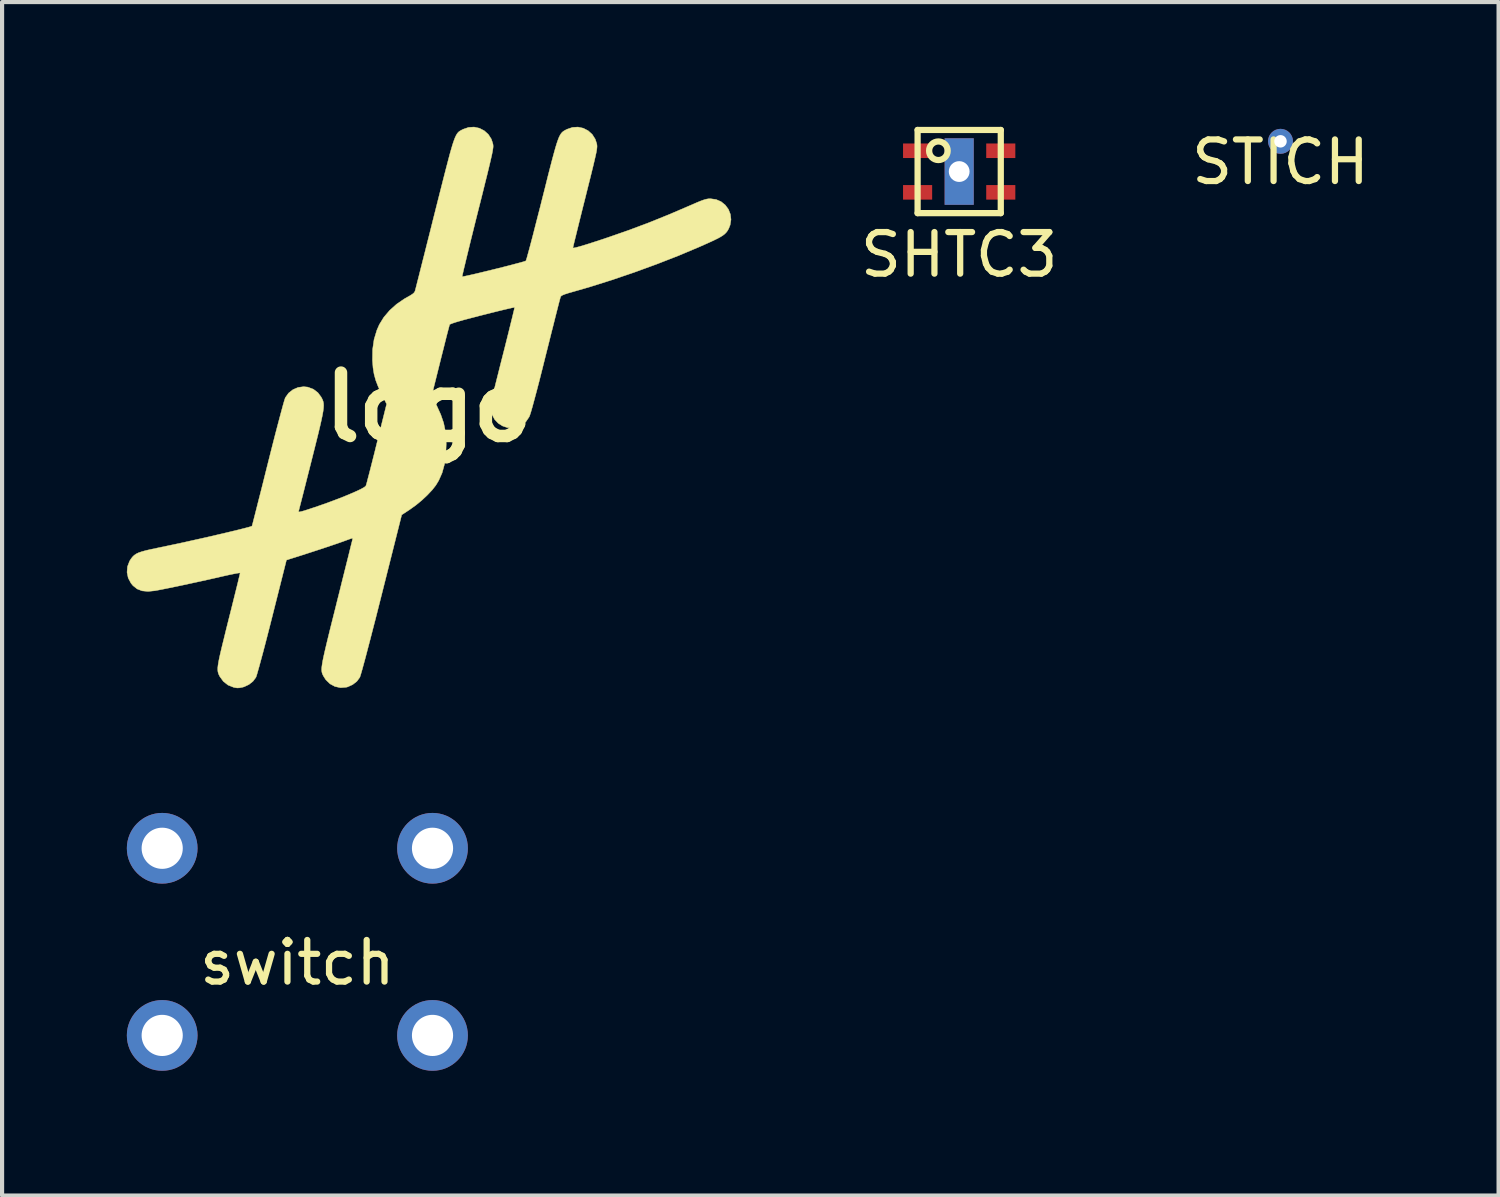
<source format=kicad_pcb>
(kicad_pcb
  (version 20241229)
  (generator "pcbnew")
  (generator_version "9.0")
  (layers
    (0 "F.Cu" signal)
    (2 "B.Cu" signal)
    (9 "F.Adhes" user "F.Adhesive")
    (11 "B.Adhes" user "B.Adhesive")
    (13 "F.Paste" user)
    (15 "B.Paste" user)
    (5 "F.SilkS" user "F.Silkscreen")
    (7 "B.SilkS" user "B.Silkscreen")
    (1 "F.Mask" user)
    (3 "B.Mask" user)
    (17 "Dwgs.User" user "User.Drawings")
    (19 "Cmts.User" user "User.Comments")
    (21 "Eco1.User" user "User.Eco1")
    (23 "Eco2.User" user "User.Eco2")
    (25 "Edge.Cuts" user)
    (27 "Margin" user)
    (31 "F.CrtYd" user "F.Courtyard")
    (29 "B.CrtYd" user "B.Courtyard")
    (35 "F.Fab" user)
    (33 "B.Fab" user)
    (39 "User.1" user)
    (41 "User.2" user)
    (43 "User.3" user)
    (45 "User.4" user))
  (footprint "switch"
    (layer "F.Cu")
    (at 4.1 19.597)
    (property "Reference" "switch" (at 0 0.5 0) (layer "F.SilkS") (effects (font (size 1 1) (thickness 0.15))))
    (attr through_hole)
    (pad "1" thru_hole circle (at -3.25 -2.25) (size 1.7 1.7) (drill 0.99) (layers "*.Cu" "*.Mask"))
    (pad "1" thru_hole circle (at 3.25 -2.25) (size 1.7 1.7) (drill 0.99) (layers "*.Cu" "*.Mask"))
    (pad "2" thru_hole circle (at -3.25 2.25) (size 1.7 1.7) (drill 0.99) (layers "*.Cu" "*.Mask"))
    (pad "2" thru_hole circle (at 3.25 2.25) (size 1.7 1.7) (drill 0.99) (layers "*.Cu" "*.Mask")))
  (footprint "SHTC3"
    (layer "F.Cu")
    (at 20.014 1.075)
    (property "Reference" "SHTC3" (at 0 2 0) (layer "F.SilkS") (effects (font (size 1 1) (thickness 0.15))))
    (attr through_hole)
    (fp_line (start -1 -1) (end 1 -1) (stroke (width 0.15) (type solid)) (layer "F.SilkS"))
    (fp_line (start -1 1) (end -1 -1) (stroke (width 0.15) (type solid)) (layer "F.SilkS"))
    (fp_line (start 1 -1) (end 1 1) (stroke (width 0.15) (type solid)) (layer "F.SilkS"))
    (fp_line (start 1 1) (end -1 1) (stroke (width 0.15) (type solid)) (layer "F.SilkS"))
    (fp_circle (center -0.5 -0.5) (end -0.3 -0.4) (stroke (width 0.15) (type solid)) (fill no) (layer "F.SilkS"))
    (pad "1" smd rect (at -1 -0.5) (size 0.7 0.35) (layers "F.Cu" "F.Mask" "F.Paste"))
    (pad "2" smd rect (at -1 0.5) (size 0.7 0.35) (layers "F.Cu" "F.Mask" "F.Paste"))
    (pad "3" smd rect (at 1 0.5) (size 0.7 0.35) (layers "F.Cu" "F.Mask" "F.Paste"))
    (pad "4" thru_hole rect (at 0 0) (size 0.7 1.6) (drill 0.5) (layers "*.Cu" "*.Mask"))
    (pad "4" smd rect (at 1 -0.5) (size 0.7 0.35) (layers "F.Cu" "F.Mask" "F.Paste")))
  (footprint "logo"
    (layer "F.Cu")
    (at 7.254 6.744)
    (property "Reference" "logo" (at 0 0 0) (layer "F.SilkS") (effects (font (size 1.524 1.524) (thickness 0.3))))
    (attr through_hole)
    (fp_poly (pts (xy 3.722 -6.711) (xy 3.838 -6.651) (xy 3.936 -6.563) (xy 4.008 -6.449) (xy 4.043 -6.345) (xy 4.048 -6.321) (xy 4.051 -6.296) (xy 4.052 -6.267) (xy 4.049 -6.231) (xy 4.043 -6.184) (xy 4.032 -6.123) (xy 4.015 -6.045) (xy 3.992 -5.945) (xy 3.963 -5.822) (xy 3.926 -5.67) (xy 3.881 -5.488) (xy 3.826 -5.27) (xy 3.77 -5.044) (xy 3.715 -4.826) (xy 3.664 -4.621) (xy 3.617 -4.432) (xy 3.575 -4.262) (xy 3.539 -4.115) (xy 3.509 -3.995) (xy 3.488 -3.906) (xy 3.475 -3.851) (xy 3.471 -3.834) (xy 3.49 -3.831) (xy 3.548 -3.843) (xy 3.643 -3.869) (xy 3.778 -3.909) (xy 3.951 -3.964) (xy 4.163 -4.033) (xy 4.329 -4.089) (xy 4.814 -4.258) (xy 5.297 -4.439) (xy 5.789 -4.638) (xy 6.302 -4.858) (xy 6.321 -4.866) (xy 6.451 -4.923) (xy 6.551 -4.964) (xy 6.627 -4.991) (xy 6.687 -5.007) (xy 6.738 -5.015) (xy 6.777 -5.016) (xy 6.915 -4.997) (xy 7.035 -4.945) (xy 7.135 -4.864) (xy 7.211 -4.761) (xy 7.258 -4.642) (xy 7.273 -4.514) (xy 7.252 -4.383) (xy 7.218 -4.297) (xy 7.191 -4.249) (xy 7.161 -4.208) (xy 7.123 -4.169) (xy 7.073 -4.13) (xy 7.006 -4.089) (xy 6.917 -4.043) (xy 6.802 -3.988) (xy 6.657 -3.923) (xy 6.509 -3.857) (xy 6.013 -3.648) (xy 5.487 -3.443) (xy 4.945 -3.245) (xy 4.4 -3.06) (xy 3.864 -2.891) (xy 3.485 -2.782) (xy 3.366 -2.748) (xy 3.282 -2.721) (xy 3.227 -2.699) (xy 3.193 -2.679) (xy 3.176 -2.659) (xy 3.174 -2.653) (xy 3.166 -2.625) (xy 3.148 -2.559) (xy 3.122 -2.459) (xy 3.089 -2.329) (xy 3.049 -2.172) (xy 3.004 -1.991) (xy 2.953 -1.791) (xy 2.899 -1.574) (xy 2.841 -1.344) (xy 2.816 -1.245) (xy 2.735 -0.92) (xy 2.663 -0.635) (xy 2.599 -0.39) (xy 2.544 -0.184) (xy 2.499 -0.018) (xy 2.463 0.107) (xy 2.436 0.191) (xy 2.42 0.23) (xy 2.342 0.345) (xy 2.244 0.427) (xy 2.133 0.478) (xy 2.015 0.497) (xy 1.895 0.488) (xy 1.78 0.449) (xy 1.676 0.383) (xy 1.589 0.291) (xy 1.526 0.173) (xy 1.5 0.083) (xy 1.496 0.058) (xy 1.493 0.032) (xy 1.493 0.002) (xy 1.496 -0.036) (xy 1.503 -0.084) (xy 1.514 -0.146) (xy 1.532 -0.227) (xy 1.555 -0.328) (xy 1.586 -0.454) (xy 1.624 -0.608) (xy 1.671 -0.794) (xy 1.726 -1.014) (xy 1.777 -1.214) (xy 1.832 -1.43) (xy 1.883 -1.634) (xy 1.93 -1.822) (xy 1.971 -1.989) (xy 2.007 -2.134) (xy 2.035 -2.251) (xy 2.056 -2.337) (xy 2.067 -2.389) (xy 2.07 -2.404) (xy 2.048 -2.401) (xy 1.991 -2.389) (xy 1.904 -2.369) (xy 1.794 -2.343) (xy 1.666 -2.312) (xy 1.526 -2.277) (xy 1.38 -2.24) (xy 1.233 -2.203) (xy 1.091 -2.166) (xy 0.961 -2.132) (xy 0.847 -2.102) (xy 0.755 -2.076) (xy 0.741 -2.072) (xy 0.65 -2.045) (xy 0.575 -2.02) (xy 0.525 -2) (xy 0.508 -1.99) (xy 0.501 -1.967) (xy 0.485 -1.906) (xy 0.46 -1.813) (xy 0.429 -1.693) (xy 0.393 -1.549) (xy 0.352 -1.385) (xy 0.307 -1.208) (xy 0.287 -1.127) (xy 0.076 -0.281) (xy 0.197 -0.04) (xy 0.294 0.174) (xy 0.363 0.374) (xy 0.404 0.573) (xy 0.423 0.784) (xy 0.425 0.889) (xy 0.415 1.148) (xy 0.382 1.376) (xy 0.326 1.578) (xy 0.245 1.76) (xy 0.175 1.876) (xy 0.087 1.988) (xy -0.028 2.11) (xy -0.161 2.235) (xy -0.303 2.352) (xy -0.445 2.454) (xy -0.45 2.458) (xy -0.645 2.586) (xy -1.125 4.494) (xy -1.201 4.795) (xy -1.273 5.08) (xy -1.342 5.346) (xy -1.405 5.591) (xy -1.463 5.812) (xy -1.514 6.007) (xy -1.559 6.173) (xy -1.596 6.308) (xy -1.625 6.408) (xy -1.645 6.472) (xy -1.653 6.494) (xy -1.724 6.59) (xy -1.825 6.668) (xy -1.944 6.722) (xy -1.979 6.731) (xy -2.117 6.742) (xy -2.25 6.713) (xy -2.369 6.649) (xy -2.469 6.552) (xy -2.527 6.461) (xy -2.542 6.432) (xy -2.554 6.403) (xy -2.563 6.373) (xy -2.568 6.338) (xy -2.57 6.296) (xy -2.566 6.243) (xy -2.557 6.177) (xy -2.543 6.094) (xy -2.522 5.992) (xy -2.494 5.867) (xy -2.459 5.718) (xy -2.416 5.54) (xy -2.365 5.331) (xy -2.304 5.088) (xy -2.234 4.809) (xy -2.203 4.683) (xy -2.141 4.437) (xy -2.083 4.202) (xy -2.028 3.982) (xy -1.978 3.782) (xy -1.933 3.603) (xy -1.895 3.448) (xy -1.864 3.322) (xy -1.84 3.228) (xy -1.826 3.168) (xy -1.82 3.145) (xy -1.82 3.145) (xy -1.838 3.148) (xy -1.887 3.164) (xy -1.956 3.189) (xy -1.983 3.199) (xy -2.054 3.225) (xy -2.159 3.262) (xy -2.29 3.307) (xy -2.442 3.358) (xy -2.607 3.413) (xy -2.779 3.469) (xy -2.951 3.525) (xy -3.116 3.578) (xy -3.227 3.613) (xy -3.416 3.672) (xy -3.76 5.038) (xy -3.82 5.275) (xy -3.878 5.501) (xy -3.933 5.714) (xy -3.984 5.908) (xy -4.031 6.081) (xy -4.071 6.229) (xy -4.105 6.348) (xy -4.13 6.435) (xy -4.147 6.485) (xy -4.151 6.494) (xy -4.221 6.588) (xy -4.319 6.666) (xy -4.434 6.72) (xy -4.469 6.73) (xy -4.544 6.745) (xy -4.6 6.748) (xy -4.658 6.739) (xy -4.688 6.732) (xy -4.821 6.679) (xy -4.933 6.591) (xy -5.019 6.473) (xy -5.025 6.461) (xy -5.042 6.427) (xy -5.055 6.393) (xy -5.064 6.357) (xy -5.068 6.316) (xy -5.068 6.264) (xy -5.061 6.2) (xy -5.048 6.119) (xy -5.028 6.018) (xy -5 5.894) (xy -4.964 5.742) (xy -4.919 5.56) (xy -4.866 5.343) (xy -4.807 5.107) (xy -4.754 4.897) (xy -4.705 4.7) (xy -4.66 4.519) (xy -4.62 4.358) (xy -4.586 4.221) (xy -4.56 4.111) (xy -4.541 4.033) (xy -4.531 3.99) (xy -4.53 3.983) (xy -4.549 3.982) (xy -4.604 3.99) (xy -4.688 4.006) (xy -4.795 4.028) (xy -4.92 4.056) (xy -4.969 4.067) (xy -5.143 4.107) (xy -5.333 4.15) (xy -5.534 4.194) (xy -5.737 4.238) (xy -5.936 4.281) (xy -6.124 4.32) (xy -6.294 4.355) (xy -6.439 4.384) (xy -6.551 4.405) (xy -6.577 4.41) (xy -6.745 4.427) (xy -6.888 4.413) (xy -7.007 4.367) (xy -7.106 4.288) (xy -7.154 4.23) (xy -7.221 4.104) (xy -7.249 3.968) (xy -7.239 3.831) (xy -7.189 3.699) (xy -7.154 3.644) (xy -7.118 3.597) (xy -7.079 3.559) (xy -7.032 3.526) (xy -6.973 3.497) (xy -6.894 3.47) (xy -6.792 3.442) (xy -6.661 3.412) (xy -6.494 3.377) (xy -6.44 3.366) (xy -6.264 3.329) (xy -6.074 3.289) (xy -5.874 3.246) (xy -5.669 3.2) (xy -5.462 3.154) (xy -5.258 3.108) (xy -5.062 3.062) (xy -4.877 3.019) (xy -4.707 2.978) (xy -4.558 2.942) (xy -4.432 2.91) (xy -4.336 2.885) (xy -4.272 2.866) (xy -4.245 2.855) (xy -4.245 2.855) (xy -4.239 2.834) (xy -4.223 2.774) (xy -4.199 2.681) (xy -4.167 2.556) (xy -4.128 2.402) (xy -4.083 2.224) (xy -4.032 2.025) (xy -3.977 1.807) (xy -3.919 1.574) (xy -3.864 1.355) (xy -3.802 1.108) (xy -3.742 0.872) (xy -3.685 0.649) (xy -3.631 0.443) (xy -3.582 0.258) (xy -3.539 0.097) (xy -3.503 -0.036) (xy -3.474 -0.138) (xy -3.453 -0.206) (xy -3.443 -0.233) (xy -3.365 -0.342) (xy -3.26 -0.425) (xy -3.137 -0.478) (xy -3.004 -0.496) (xy -2.904 -0.486) (xy -2.77 -0.436) (xy -2.661 -0.353) (xy -2.583 -0.249) (xy -2.562 -0.21) (xy -2.545 -0.174) (xy -2.532 -0.135) (xy -2.524 -0.092) (xy -2.522 -0.04) (xy -2.526 0.024) (xy -2.536 0.103) (xy -2.554 0.201) (xy -2.579 0.32) (xy -2.612 0.465) (xy -2.653 0.637) (xy -2.704 0.842) (xy -2.764 1.082) (xy -2.816 1.289) (xy -2.871 1.506) (xy -2.923 1.711) (xy -2.971 1.901) (xy -3.014 2.071) (xy -3.052 2.219) (xy -3.083 2.339) (xy -3.106 2.429) (xy -3.12 2.485) (xy -3.124 2.502) (xy -3.121 2.513) (xy -3.1 2.514) (xy -3.057 2.505) (xy -2.988 2.486) (xy -2.888 2.454) (xy -2.753 2.409) (xy -2.733 2.403) (xy -2.529 2.332) (xy -2.333 2.261) (xy -2.148 2.191) (xy -1.978 2.123) (xy -1.828 2.06) (xy -1.702 2.004) (xy -1.603 1.955) (xy -1.537 1.916) (xy -1.506 1.888) (xy -1.506 1.888) (xy -1.497 1.86) (xy -1.479 1.796) (xy -1.454 1.699) (xy -1.421 1.574) (xy -1.383 1.425) (xy -1.34 1.255) (xy -1.293 1.07) (xy -1.248 0.887) (xy -1.007 -0.079) (xy -1.128 -0.32) (xy -1.209 -0.494) (xy -1.269 -0.649) (xy -1.309 -0.796) (xy -1.334 -0.949) (xy -1.347 -1.12) (xy -1.348 -1.132) (xy -1.344 -1.394) (xy -1.309 -1.634) (xy -1.241 -1.858) (xy -1.183 -1.99) (xy -1.076 -2.164) (xy -0.935 -2.33) (xy -0.767 -2.481) (xy -0.58 -2.609) (xy -0.534 -2.635) (xy -0.445 -2.685) (xy -0.386 -2.723) (xy -0.35 -2.754) (xy -0.329 -2.785) (xy -0.319 -2.815) (xy -0.311 -2.847) (xy -0.293 -2.916) (xy -0.267 -3.02) (xy -0.232 -3.156) (xy -0.191 -3.32) (xy -0.143 -3.51) (xy -0.089 -3.722) (xy -0.031 -3.954) (xy 0.032 -4.202) (xy 0.097 -4.463) (xy 0.151 -4.677) (xy 0.232 -4.999) (xy 0.304 -5.283) (xy 0.367 -5.531) (xy 0.422 -5.745) (xy 0.47 -5.929) (xy 0.511 -6.085) (xy 0.548 -6.215) (xy 0.58 -6.323) (xy 0.609 -6.409) (xy 0.635 -6.478) (xy 0.66 -6.532) (xy 0.683 -6.573) (xy 0.707 -6.604) (xy 0.731 -6.628) (xy 0.757 -6.646) (xy 0.786 -6.662) (xy 0.818 -6.679) (xy 0.832 -6.686) (xy 0.963 -6.731) (xy 1.096 -6.739) (xy 1.224 -6.711) (xy 1.34 -6.651) (xy 1.438 -6.563) (xy 1.511 -6.449) (xy 1.545 -6.345) (xy 1.55 -6.324) (xy 1.553 -6.301) (xy 1.554 -6.275) (xy 1.552 -6.243) (xy 1.546 -6.201) (xy 1.537 -6.146) (xy 1.523 -6.076) (xy 1.503 -5.988) (xy 1.478 -5.879) (xy 1.446 -5.745) (xy 1.407 -5.584) (xy 1.359 -5.393) (xy 1.304 -5.169) (xy 1.239 -4.91) (xy 1.184 -4.693) (xy 1.122 -4.445) (xy 1.064 -4.21) (xy 1.009 -3.989) (xy 0.96 -3.787) (xy 0.916 -3.607) (xy 0.879 -3.452) (xy 0.848 -3.324) (xy 0.826 -3.228) (xy 0.812 -3.167) (xy 0.808 -3.143) (xy 0.809 -3.143) (xy 0.831 -3.144) (xy 0.89 -3.156) (xy 0.978 -3.175) (xy 1.09 -3.2) (xy 1.221 -3.231) (xy 1.365 -3.266) (xy 1.517 -3.303) (xy 1.671 -3.341) (xy 1.822 -3.379) (xy 1.963 -3.415) (xy 2.09 -3.449) (xy 2.197 -3.477) (xy 2.278 -3.5) (xy 2.328 -3.516) (xy 2.341 -3.522) (xy 2.35 -3.546) (xy 2.369 -3.608) (xy 2.395 -3.704) (xy 2.43 -3.831) (xy 2.471 -3.986) (xy 2.518 -4.165) (xy 2.569 -4.366) (xy 2.625 -4.584) (xy 2.685 -4.816) (xy 2.732 -5.005) (xy 2.806 -5.296) (xy 2.869 -5.55) (xy 2.925 -5.768) (xy 2.973 -5.953) (xy 3.015 -6.109) (xy 3.051 -6.238) (xy 3.083 -6.344) (xy 3.112 -6.428) (xy 3.138 -6.495) (xy 3.164 -6.546) (xy 3.189 -6.585) (xy 3.214 -6.614) (xy 3.242 -6.637) (xy 3.272 -6.656) (xy 3.306 -6.674) (xy 3.33 -6.686) (xy 3.461 -6.731) (xy 3.594 -6.739) (xy 3.722 -6.711)) (stroke (width 0.01) (type solid)) (fill yes) (layer "F.SilkS")))
  (footprint "STICH"
    (layer "F.Cu")
    (at 27.74 0.348)
    (property "Reference" "STICH" (at 0 0.5 0) (layer "F.SilkS") (effects (font (size 1 1) (thickness 0.15))))
    (attr through_hole)
    (pad "1" thru_hole circle (at 0 0) (size 0.6 0.6) (drill 0.3) (layers "*.Cu")))
  (gr_rect
    (start -3 -3)
    (end 32.984 25.697)
    (stroke (width 0.1) (type default))
    (fill no)
    (layer "Edge.Cuts")))
</source>
